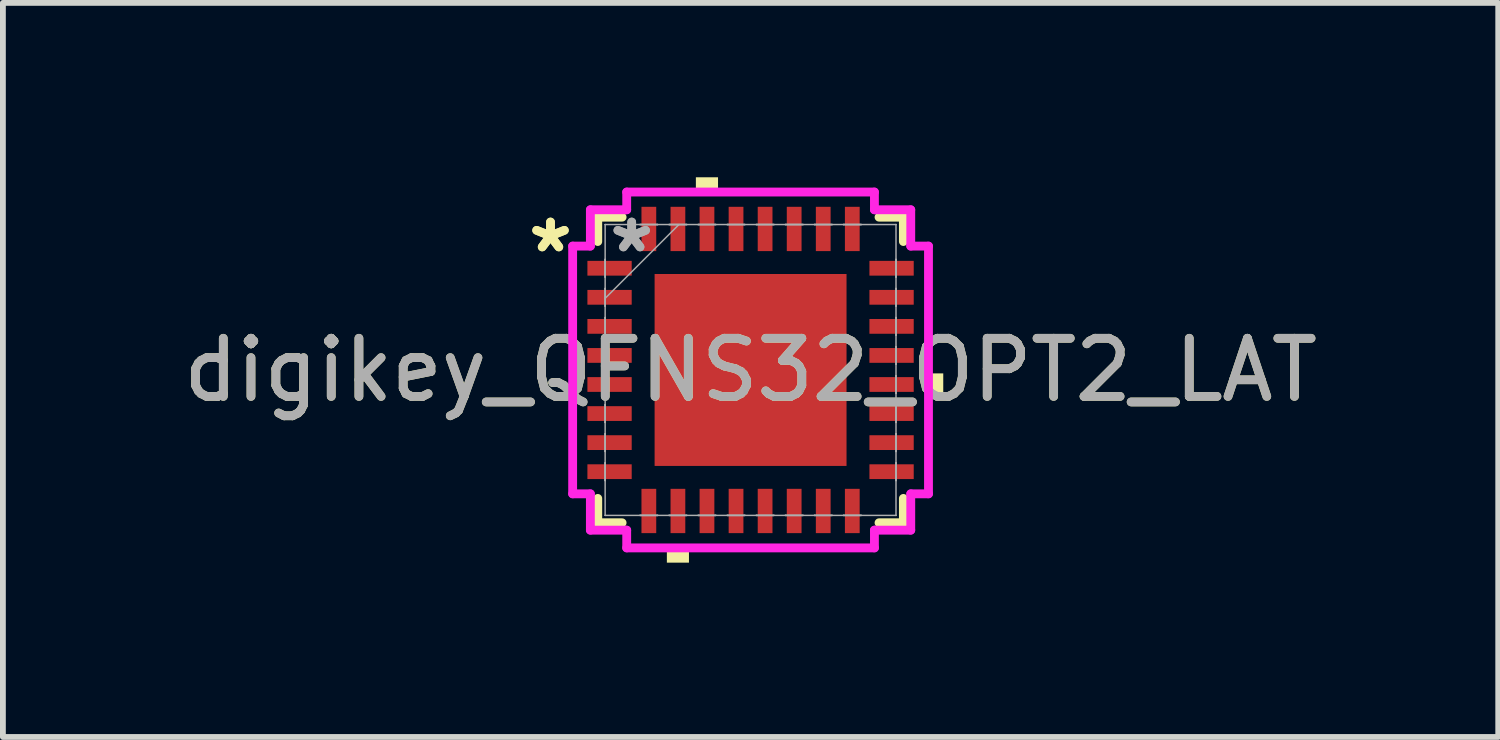
<source format=kicad_pcb>
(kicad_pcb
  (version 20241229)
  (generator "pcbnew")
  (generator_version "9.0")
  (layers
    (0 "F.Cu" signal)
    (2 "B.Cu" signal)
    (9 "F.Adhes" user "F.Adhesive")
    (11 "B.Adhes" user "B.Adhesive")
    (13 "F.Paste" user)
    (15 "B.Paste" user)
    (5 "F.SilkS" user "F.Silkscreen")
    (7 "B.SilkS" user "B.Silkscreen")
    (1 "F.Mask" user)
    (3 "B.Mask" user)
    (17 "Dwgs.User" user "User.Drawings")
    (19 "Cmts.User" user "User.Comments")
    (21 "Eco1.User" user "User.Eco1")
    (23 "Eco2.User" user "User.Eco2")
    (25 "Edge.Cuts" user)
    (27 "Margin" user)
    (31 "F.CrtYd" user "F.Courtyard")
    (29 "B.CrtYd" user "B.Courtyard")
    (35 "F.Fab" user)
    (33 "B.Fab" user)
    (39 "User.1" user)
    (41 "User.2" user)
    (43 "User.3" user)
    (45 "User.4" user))
  (footprint "digikey_QFNS32_OPT2_LAT"
    (layer "F.Cu")
    (at 9.863 3.315)
    (property "Reference" "digikey_QFNS32_OPT2_LAT" (at 0 0 0) (unlocked yes) (layer "F.SilkS") (effects (font (size 1 1) (thickness 0.15))))
    (attr smd)
    (fp_line (start -2.629 -2.629) (end -2.629 -2.21) (stroke (width 0.152) (type solid)) (layer "F.SilkS"))
    (fp_line (start -2.629 2.21) (end -2.629 2.629) (stroke (width 0.152) (type solid)) (layer "F.SilkS"))
    (fp_line (start -2.629 2.629) (end -2.21 2.629) (stroke (width 0.152) (type solid)) (layer "F.SilkS"))
    (fp_line (start -2.21 -2.629) (end -2.629 -2.629) (stroke (width 0.152) (type solid)) (layer "F.SilkS"))
    (fp_line (start 2.21 2.629) (end 2.629 2.629) (stroke (width 0.152) (type solid)) (layer "F.SilkS"))
    (fp_line (start 2.629 -2.629) (end 2.21 -2.629) (stroke (width 0.152) (type solid)) (layer "F.SilkS"))
    (fp_line (start 2.629 -2.21) (end 2.629 -2.629) (stroke (width 0.152) (type solid)) (layer "F.SilkS"))
    (fp_line (start 2.629 2.629) (end 2.629 2.21) (stroke (width 0.152) (type solid)) (layer "F.SilkS"))
    (fp_poly (pts (xy -1.44 3.061) (xy -1.44 3.315) (xy -1.06 3.315) (xy -1.06 3.061)) (stroke (width 0) (type solid)) (fill yes) (layer "F.SilkS"))
    (fp_poly (pts (xy -0.941 -3.061) (xy -0.941 -3.315) (xy -0.56 -3.315) (xy -0.56 -3.061)) (stroke (width 0) (type solid)) (fill yes) (layer "F.SilkS"))
    (fp_poly (pts (xy 3.315 0.059) (xy 3.315 0.441) (xy 3.061 0.441) (xy 3.061 0.059)) (stroke (width 0) (type solid)) (fill yes) (layer "F.SilkS"))
    (fp_poly (pts (xy -1.551 -1.551) (xy -1.551 -0.1) (xy -0.1 -0.1) (xy -0.1 -1.551)) (stroke (width 0) (type solid)) (fill yes) (layer "F.Paste"))
    (fp_poly (pts (xy -1.551 0.1) (xy -1.551 1.551) (xy -0.1 1.551) (xy -0.1 0.1)) (stroke (width 0) (type solid)) (fill yes) (layer "F.Paste"))
    (fp_poly (pts (xy 0.1 -1.551) (xy 0.1 -0.1) (xy 1.551 -0.1) (xy 1.551 -1.551)) (stroke (width 0) (type solid)) (fill yes) (layer "F.Paste"))
    (fp_poly (pts (xy 0.1 0.1) (xy 0.1 1.551) (xy 1.551 1.551) (xy 1.551 0.1)) (stroke (width 0) (type solid)) (fill yes) (layer "F.Paste"))
    (fp_line (start -3.061 -2.131) (end -2.756 -2.131) (stroke (width 0.152) (type solid)) (layer "F.CrtYd"))
    (fp_line (start -3.061 2.131) (end -3.061 -2.131) (stroke (width 0.152) (type solid)) (layer "F.CrtYd"))
    (fp_line (start -2.756 -2.756) (end -2.131 -2.756) (stroke (width 0.152) (type solid)) (layer "F.CrtYd"))
    (fp_line (start -2.756 -2.131) (end -2.756 -2.756) (stroke (width 0.152) (type solid)) (layer "F.CrtYd"))
    (fp_line (start -2.756 2.131) (end -3.061 2.131) (stroke (width 0.152) (type solid)) (layer "F.CrtYd"))
    (fp_line (start -2.756 2.756) (end -2.756 2.131) (stroke (width 0.152) (type solid)) (layer "F.CrtYd"))
    (fp_line (start -2.131 -3.061) (end 2.131 -3.061) (stroke (width 0.152) (type solid)) (layer "F.CrtYd"))
    (fp_line (start -2.131 -2.756) (end -2.131 -3.061) (stroke (width 0.152) (type solid)) (layer "F.CrtYd"))
    (fp_line (start -2.131 2.756) (end -2.756 2.756) (stroke (width 0.152) (type solid)) (layer "F.CrtYd"))
    (fp_line (start -2.131 3.061) (end -2.131 2.756) (stroke (width 0.152) (type solid)) (layer "F.CrtYd"))
    (fp_line (start 2.131 -3.061) (end 2.131 -2.756) (stroke (width 0.152) (type solid)) (layer "F.CrtYd"))
    (fp_line (start 2.131 -2.756) (end 2.756 -2.756) (stroke (width 0.152) (type solid)) (layer "F.CrtYd"))
    (fp_line (start 2.131 2.756) (end 2.131 3.061) (stroke (width 0.152) (type solid)) (layer "F.CrtYd"))
    (fp_line (start 2.131 3.061) (end -2.131 3.061) (stroke (width 0.152) (type solid)) (layer "F.CrtYd"))
    (fp_line (start 2.756 -2.756) (end 2.756 -2.131) (stroke (width 0.152) (type solid)) (layer "F.CrtYd"))
    (fp_line (start 2.756 -2.131) (end 3.061 -2.131) (stroke (width 0.152) (type solid)) (layer "F.CrtYd"))
    (fp_line (start 2.756 2.131) (end 2.756 2.756) (stroke (width 0.152) (type solid)) (layer "F.CrtYd"))
    (fp_line (start 2.756 2.756) (end 2.131 2.756) (stroke (width 0.152) (type solid)) (layer "F.CrtYd"))
    (fp_line (start 3.061 -2.131) (end 3.061 2.131) (stroke (width 0.152) (type solid)) (layer "F.CrtYd"))
    (fp_line (start 3.061 2.131) (end 2.756 2.131) (stroke (width 0.152) (type solid)) (layer "F.CrtYd"))
    (fp_line (start -2.502 -2.502) (end -2.502 -2.502) (stroke (width 0.025) (type solid)) (layer "F.Fab"))
    (fp_line (start -2.502 -2.502) (end -2.502 2.502) (stroke (width 0.025) (type solid)) (layer "F.Fab"))
    (fp_line (start -2.502 -1.902) (end -2.502 -1.902) (stroke (width 0.025) (type solid)) (layer "F.Fab"))
    (fp_line (start -2.502 -1.902) (end -2.502 -1.598) (stroke (width 0.025) (type solid)) (layer "F.Fab"))
    (fp_line (start -2.502 -1.598) (end -2.502 -1.902) (stroke (width 0.025) (type solid)) (layer "F.Fab"))
    (fp_line (start -2.502 -1.598) (end -2.502 -1.598) (stroke (width 0.025) (type solid)) (layer "F.Fab"))
    (fp_line (start -2.502 -1.402) (end -2.502 -1.402) (stroke (width 0.025) (type solid)) (layer "F.Fab"))
    (fp_line (start -2.502 -1.402) (end -2.502 -1.098) (stroke (width 0.025) (type solid)) (layer "F.Fab"))
    (fp_line (start -2.502 -1.232) (end -1.232 -2.502) (stroke (width 0.025) (type solid)) (layer "F.Fab"))
    (fp_line (start -2.502 -1.098) (end -2.502 -1.402) (stroke (width 0.025) (type solid)) (layer "F.Fab"))
    (fp_line (start -2.502 -1.098) (end -2.502 -1.098) (stroke (width 0.025) (type solid)) (layer "F.Fab"))
    (fp_line (start -2.502 -0.902) (end -2.502 -0.902) (stroke (width 0.025) (type solid)) (layer "F.Fab"))
    (fp_line (start -2.502 -0.902) (end -2.502 -0.598) (stroke (width 0.025) (type solid)) (layer "F.Fab"))
    (fp_line (start -2.502 -0.598) (end -2.502 -0.902) (stroke (width 0.025) (type solid)) (layer "F.Fab"))
    (fp_line (start -2.502 -0.598) (end -2.502 -0.598) (stroke (width 0.025) (type solid)) (layer "F.Fab"))
    (fp_line (start -2.502 -0.402) (end -2.502 -0.402) (stroke (width 0.025) (type solid)) (layer "F.Fab"))
    (fp_line (start -2.502 -0.402) (end -2.502 -0.098) (stroke (width 0.025) (type solid)) (layer "F.Fab"))
    (fp_line (start -2.502 -0.098) (end -2.502 -0.402) (stroke (width 0.025) (type solid)) (layer "F.Fab"))
    (fp_line (start -2.502 -0.098) (end -2.502 -0.098) (stroke (width 0.025) (type solid)) (layer "F.Fab"))
    (fp_line (start -2.502 0.098) (end -2.502 0.098) (stroke (width 0.025) (type solid)) (layer "F.Fab"))
    (fp_line (start -2.502 0.098) (end -2.502 0.402) (stroke (width 0.025) (type solid)) (layer "F.Fab"))
    (fp_line (start -2.502 0.402) (end -2.502 0.098) (stroke (width 0.025) (type solid)) (layer "F.Fab"))
    (fp_line (start -2.502 0.402) (end -2.502 0.402) (stroke (width 0.025) (type solid)) (layer "F.Fab"))
    (fp_line (start -2.502 0.598) (end -2.502 0.598) (stroke (width 0.025) (type solid)) (layer "F.Fab"))
    (fp_line (start -2.502 0.598) (end -2.502 0.902) (stroke (width 0.025) (type solid)) (layer "F.Fab"))
    (fp_line (start -2.502 0.902) (end -2.502 0.598) (stroke (width 0.025) (type solid)) (layer "F.Fab"))
    (fp_line (start -2.502 0.902) (end -2.502 0.902) (stroke (width 0.025) (type solid)) (layer "F.Fab"))
    (fp_line (start -2.502 1.098) (end -2.502 1.098) (stroke (width 0.025) (type solid)) (layer "F.Fab"))
    (fp_line (start -2.502 1.098) (end -2.502 1.402) (stroke (width 0.025) (type solid)) (layer "F.Fab"))
    (fp_line (start -2.502 1.402) (end -2.502 1.098) (stroke (width 0.025) (type solid)) (layer "F.Fab"))
    (fp_line (start -2.502 1.402) (end -2.502 1.402) (stroke (width 0.025) (type solid)) (layer "F.Fab"))
    (fp_line (start -2.502 1.598) (end -2.502 1.598) (stroke (width 0.025) (type solid)) (layer "F.Fab"))
    (fp_line (start -2.502 1.598) (end -2.502 1.902) (stroke (width 0.025) (type solid)) (layer "F.Fab"))
    (fp_line (start -2.502 1.902) (end -2.502 1.598) (stroke (width 0.025) (type solid)) (layer "F.Fab"))
    (fp_line (start -2.502 1.902) (end -2.502 1.902) (stroke (width 0.025) (type solid)) (layer "F.Fab"))
    (fp_line (start -2.502 2.502) (end -2.502 2.502) (stroke (width 0.025) (type solid)) (layer "F.Fab"))
    (fp_line (start -2.502 2.502) (end 2.502 2.502) (stroke (width 0.025) (type solid)) (layer "F.Fab"))
    (fp_line (start -1.902 -2.502) (end -1.902 -2.502) (stroke (width 0.025) (type solid)) (layer "F.Fab"))
    (fp_line (start -1.902 -2.502) (end -1.598 -2.502) (stroke (width 0.025) (type solid)) (layer "F.Fab"))
    (fp_line (start -1.902 2.502) (end -1.902 2.502) (stroke (width 0.025) (type solid)) (layer "F.Fab"))
    (fp_line (start -1.902 2.502) (end -1.598 2.502) (stroke (width 0.025) (type solid)) (layer "F.Fab"))
    (fp_line (start -1.598 -2.502) (end -1.902 -2.502) (stroke (width 0.025) (type solid)) (layer "F.Fab"))
    (fp_line (start -1.598 -2.502) (end -1.598 -2.502) (stroke (width 0.025) (type solid)) (layer "F.Fab"))
    (fp_line (start -1.598 2.502) (end -1.902 2.502) (stroke (width 0.025) (type solid)) (layer "F.Fab"))
    (fp_line (start -1.598 2.502) (end -1.598 2.502) (stroke (width 0.025) (type solid)) (layer "F.Fab"))
    (fp_line (start -1.402 -2.502) (end -1.402 -2.502) (stroke (width 0.025) (type solid)) (layer "F.Fab"))
    (fp_line (start -1.402 -2.502) (end -1.098 -2.502) (stroke (width 0.025) (type solid)) (layer "F.Fab"))
    (fp_line (start -1.402 2.502) (end -1.402 2.502) (stroke (width 0.025) (type solid)) (layer "F.Fab"))
    (fp_line (start -1.402 2.502) (end -1.098 2.502) (stroke (width 0.025) (type solid)) (layer "F.Fab"))
    (fp_line (start -1.098 -2.502) (end -1.402 -2.502) (stroke (width 0.025) (type solid)) (layer "F.Fab"))
    (fp_line (start -1.098 -2.502) (end -1.098 -2.502) (stroke (width 0.025) (type solid)) (layer "F.Fab"))
    (fp_line (start -1.098 2.502) (end -1.402 2.502) (stroke (width 0.025) (type solid)) (layer "F.Fab"))
    (fp_line (start -1.098 2.502) (end -1.098 2.502) (stroke (width 0.025) (type solid)) (layer "F.Fab"))
    (fp_line (start -0.902 -2.502) (end -0.902 -2.502) (stroke (width 0.025) (type solid)) (layer "F.Fab"))
    (fp_line (start -0.902 -2.502) (end -0.598 -2.502) (stroke (width 0.025) (type solid)) (layer "F.Fab"))
    (fp_line (start -0.902 2.502) (end -0.902 2.502) (stroke (width 0.025) (type solid)) (layer "F.Fab"))
    (fp_line (start -0.902 2.502) (end -0.598 2.502) (stroke (width 0.025) (type solid)) (layer "F.Fab"))
    (fp_line (start -0.598 -2.502) (end -0.902 -2.502) (stroke (width 0.025) (type solid)) (layer "F.Fab"))
    (fp_line (start -0.598 -2.502) (end -0.598 -2.502) (stroke (width 0.025) (type solid)) (layer "F.Fab"))
    (fp_line (start -0.598 2.502) (end -0.902 2.502) (stroke (width 0.025) (type solid)) (layer "F.Fab"))
    (fp_line (start -0.598 2.502) (end -0.598 2.502) (stroke (width 0.025) (type solid)) (layer "F.Fab"))
    (fp_line (start -0.402 -2.502) (end -0.402 -2.502) (stroke (width 0.025) (type solid)) (layer "F.Fab"))
    (fp_line (start -0.402 -2.502) (end -0.098 -2.502) (stroke (width 0.025) (type solid)) (layer "F.Fab"))
    (fp_line (start -0.402 2.502) (end -0.402 2.502) (stroke (width 0.025) (type solid)) (layer "F.Fab"))
    (fp_line (start -0.402 2.502) (end -0.098 2.502) (stroke (width 0.025) (type solid)) (layer "F.Fab"))
    (fp_line (start -0.098 -2.502) (end -0.402 -2.502) (stroke (width 0.025) (type solid)) (layer "F.Fab"))
    (fp_line (start -0.098 -2.502) (end -0.098 -2.502) (stroke (width 0.025) (type solid)) (layer "F.Fab"))
    (fp_line (start -0.098 2.502) (end -0.402 2.502) (stroke (width 0.025) (type solid)) (layer "F.Fab"))
    (fp_line (start -0.098 2.502) (end -0.098 2.502) (stroke (width 0.025) (type solid)) (layer "F.Fab"))
    (fp_line (start 0.098 -2.502) (end 0.098 -2.502) (stroke (width 0.025) (type solid)) (layer "F.Fab"))
    (fp_line (start 0.098 -2.502) (end 0.402 -2.502) (stroke (width 0.025) (type solid)) (layer "F.Fab"))
    (fp_line (start 0.098 2.502) (end 0.098 2.502) (stroke (width 0.025) (type solid)) (layer "F.Fab"))
    (fp_line (start 0.098 2.502) (end 0.402 2.502) (stroke (width 0.025) (type solid)) (layer "F.Fab"))
    (fp_line (start 0.402 -2.502) (end 0.098 -2.502) (stroke (width 0.025) (type solid)) (layer "F.Fab"))
    (fp_line (start 0.402 -2.502) (end 0.402 -2.502) (stroke (width 0.025) (type solid)) (layer "F.Fab"))
    (fp_line (start 0.402 2.502) (end 0.098 2.502) (stroke (width 0.025) (type solid)) (layer "F.Fab"))
    (fp_line (start 0.402 2.502) (end 0.402 2.502) (stroke (width 0.025) (type solid)) (layer "F.Fab"))
    (fp_line (start 0.598 -2.502) (end 0.598 -2.502) (stroke (width 0.025) (type solid)) (layer "F.Fab"))
    (fp_line (start 0.598 -2.502) (end 0.902 -2.502) (stroke (width 0.025) (type solid)) (layer "F.Fab"))
    (fp_line (start 0.598 2.502) (end 0.598 2.502) (stroke (width 0.025) (type solid)) (layer "F.Fab"))
    (fp_line (start 0.598 2.502) (end 0.902 2.502) (stroke (width 0.025) (type solid)) (layer "F.Fab"))
    (fp_line (start 0.902 -2.502) (end 0.598 -2.502) (stroke (width 0.025) (type solid)) (layer "F.Fab"))
    (fp_line (start 0.902 -2.502) (end 0.902 -2.502) (stroke (width 0.025) (type solid)) (layer "F.Fab"))
    (fp_line (start 0.902 2.502) (end 0.598 2.502) (stroke (width 0.025) (type solid)) (layer "F.Fab"))
    (fp_line (start 0.902 2.502) (end 0.902 2.502) (stroke (width 0.025) (type solid)) (layer "F.Fab"))
    (fp_line (start 1.098 -2.502) (end 1.098 -2.502) (stroke (width 0.025) (type solid)) (layer "F.Fab"))
    (fp_line (start 1.098 -2.502) (end 1.402 -2.502) (stroke (width 0.025) (type solid)) (layer "F.Fab"))
    (fp_line (start 1.098 2.502) (end 1.098 2.502) (stroke (width 0.025) (type solid)) (layer "F.Fab"))
    (fp_line (start 1.098 2.502) (end 1.402 2.502) (stroke (width 0.025) (type solid)) (layer "F.Fab"))
    (fp_line (start 1.402 -2.502) (end 1.098 -2.502) (stroke (width 0.025) (type solid)) (layer "F.Fab"))
    (fp_line (start 1.402 -2.502) (end 1.402 -2.502) (stroke (width 0.025) (type solid)) (layer "F.Fab"))
    (fp_line (start 1.402 2.502) (end 1.098 2.502) (stroke (width 0.025) (type solid)) (layer "F.Fab"))
    (fp_line (start 1.402 2.502) (end 1.402 2.502) (stroke (width 0.025) (type solid)) (layer "F.Fab"))
    (fp_line (start 1.598 -2.502) (end 1.598 -2.502) (stroke (width 0.025) (type solid)) (layer "F.Fab"))
    (fp_line (start 1.598 -2.502) (end 1.902 -2.502) (stroke (width 0.025) (type solid)) (layer "F.Fab"))
    (fp_line (start 1.598 2.502) (end 1.598 2.502) (stroke (width 0.025) (type solid)) (layer "F.Fab"))
    (fp_line (start 1.598 2.502) (end 1.902 2.502) (stroke (width 0.025) (type solid)) (layer "F.Fab"))
    (fp_line (start 1.902 -2.502) (end 1.598 -2.502) (stroke (width 0.025) (type solid)) (layer "F.Fab"))
    (fp_line (start 1.902 -2.502) (end 1.902 -2.502) (stroke (width 0.025) (type solid)) (layer "F.Fab"))
    (fp_line (start 1.902 2.502) (end 1.598 2.502) (stroke (width 0.025) (type solid)) (layer "F.Fab"))
    (fp_line (start 1.902 2.502) (end 1.902 2.502) (stroke (width 0.025) (type solid)) (layer "F.Fab"))
    (fp_line (start 2.502 -2.502) (end -2.502 -2.502) (stroke (width 0.025) (type solid)) (layer "F.Fab"))
    (fp_line (start 2.502 -2.502) (end 2.502 -2.502) (stroke (width 0.025) (type solid)) (layer "F.Fab"))
    (fp_line (start 2.502 -1.902) (end 2.502 -1.902) (stroke (width 0.025) (type solid)) (layer "F.Fab"))
    (fp_line (start 2.502 -1.902) (end 2.502 -1.598) (stroke (width 0.025) (type solid)) (layer "F.Fab"))
    (fp_line (start 2.502 -1.598) (end 2.502 -1.902) (stroke (width 0.025) (type solid)) (layer "F.Fab"))
    (fp_line (start 2.502 -1.598) (end 2.502 -1.598) (stroke (width 0.025) (type solid)) (layer "F.Fab"))
    (fp_line (start 2.502 -1.402) (end 2.502 -1.402) (stroke (width 0.025) (type solid)) (layer "F.Fab"))
    (fp_line (start 2.502 -1.402) (end 2.502 -1.098) (stroke (width 0.025) (type solid)) (layer "F.Fab"))
    (fp_line (start 2.502 -1.098) (end 2.502 -1.402) (stroke (width 0.025) (type solid)) (layer "F.Fab"))
    (fp_line (start 2.502 -1.098) (end 2.502 -1.098) (stroke (width 0.025) (type solid)) (layer "F.Fab"))
    (fp_line (start 2.502 -0.902) (end 2.502 -0.902) (stroke (width 0.025) (type solid)) (layer "F.Fab"))
    (fp_line (start 2.502 -0.902) (end 2.502 -0.598) (stroke (width 0.025) (type solid)) (layer "F.Fab"))
    (fp_line (start 2.502 -0.598) (end 2.502 -0.902) (stroke (width 0.025) (type solid)) (layer "F.Fab"))
    (fp_line (start 2.502 -0.598) (end 2.502 -0.598) (stroke (width 0.025) (type solid)) (layer "F.Fab"))
    (fp_line (start 2.502 -0.402) (end 2.502 -0.402) (stroke (width 0.025) (type solid)) (layer "F.Fab"))
    (fp_line (start 2.502 -0.402) (end 2.502 -0.098) (stroke (width 0.025) (type solid)) (layer "F.Fab"))
    (fp_line (start 2.502 -0.098) (end 2.502 -0.402) (stroke (width 0.025) (type solid)) (layer "F.Fab"))
    (fp_line (start 2.502 -0.098) (end 2.502 -0.098) (stroke (width 0.025) (type solid)) (layer "F.Fab"))
    (fp_line (start 2.502 0.098) (end 2.502 0.098) (stroke (width 0.025) (type solid)) (layer "F.Fab"))
    (fp_line (start 2.502 0.098) (end 2.502 0.402) (stroke (width 0.025) (type solid)) (layer "F.Fab"))
    (fp_line (start 2.502 0.402) (end 2.502 0.098) (stroke (width 0.025) (type solid)) (layer "F.Fab"))
    (fp_line (start 2.502 0.402) (end 2.502 0.402) (stroke (width 0.025) (type solid)) (layer "F.Fab"))
    (fp_line (start 2.502 0.598) (end 2.502 0.598) (stroke (width 0.025) (type solid)) (layer "F.Fab"))
    (fp_line (start 2.502 0.598) (end 2.502 0.902) (stroke (width 0.025) (type solid)) (layer "F.Fab"))
    (fp_line (start 2.502 0.902) (end 2.502 0.598) (stroke (width 0.025) (type solid)) (layer "F.Fab"))
    (fp_line (start 2.502 0.902) (end 2.502 0.902) (stroke (width 0.025) (type solid)) (layer "F.Fab"))
    (fp_line (start 2.502 1.098) (end 2.502 1.098) (stroke (width 0.025) (type solid)) (layer "F.Fab"))
    (fp_line (start 2.502 1.098) (end 2.502 1.402) (stroke (width 0.025) (type solid)) (layer "F.Fab"))
    (fp_line (start 2.502 1.402) (end 2.502 1.098) (stroke (width 0.025) (type solid)) (layer "F.Fab"))
    (fp_line (start 2.502 1.402) (end 2.502 1.402) (stroke (width 0.025) (type solid)) (layer "F.Fab"))
    (fp_line (start 2.502 1.598) (end 2.502 1.598) (stroke (width 0.025) (type solid)) (layer "F.Fab"))
    (fp_line (start 2.502 1.598) (end 2.502 1.902) (stroke (width 0.025) (type solid)) (layer "F.Fab"))
    (fp_line (start 2.502 1.902) (end 2.502 1.598) (stroke (width 0.025) (type solid)) (layer "F.Fab"))
    (fp_line (start 2.502 1.902) (end 2.502 1.902) (stroke (width 0.025) (type solid)) (layer "F.Fab"))
    (fp_line (start 2.502 2.502) (end 2.502 -2.502) (stroke (width 0.025) (type solid)) (layer "F.Fab"))
    (fp_line (start 2.502 2.502) (end 2.502 2.502) (stroke (width 0.025) (type solid)) (layer "F.Fab"))
    (fp_text user "*" (at -3.442 -2 0) (unlocked yes) (layer "F.SilkS") (effects (font (size 1 1) (thickness 0.15))))
    (fp_text user "*" (at -3.442 -2 0) (layer "F.SilkS") (effects (font (size 1 1) (thickness 0.15))))
    (fp_text user "*" (at -2.045 -2 0) (unlocked yes) (layer "F.Fab") (effects (font (size 1 1) (thickness 0.15))))
    (fp_text user "${REFERENCE}" (at 0 0 0) (unlocked yes) (layer "F.Fab") (effects (font (size 1 1) (thickness 0.15))))
    (fp_text user "*" (at -2.045 -2 0) (layer "F.Fab") (effects (font (size 1 1) (thickness 0.15))))
    (pad "1" smd rect (at -2.426 -1.75 90) (size 0.254 0.762) (layers "F.Cu" "F.Mask" "F.Paste"))
    (pad "2" smd rect (at -2.426 -1.25 90) (size 0.254 0.762) (layers "F.Cu" "F.Mask" "F.Paste"))
    (pad "3" smd rect (at -2.426 -0.75 90) (size 0.254 0.762) (layers "F.Cu" "F.Mask" "F.Paste"))
    (pad "4" smd rect (at -2.426 -0.25 90) (size 0.254 0.762) (layers "F.Cu" "F.Mask" "F.Paste"))
    (pad "5" smd rect (at -2.426 0.25 90) (size 0.254 0.762) (layers "F.Cu" "F.Mask" "F.Paste"))
    (pad "6" smd rect (at -2.426 0.75 90) (size 0.254 0.762) (layers "F.Cu" "F.Mask" "F.Paste"))
    (pad "7" smd rect (at -2.426 1.25 90) (size 0.254 0.762) (layers "F.Cu" "F.Mask" "F.Paste"))
    (pad "8" smd rect (at -2.426 1.75 90) (size 0.254 0.762) (layers "F.Cu" "F.Mask" "F.Paste"))
    (pad "9" smd rect (at -1.75 2.426) (size 0.254 0.762) (layers "F.Cu" "F.Mask" "F.Paste"))
    (pad "10" smd rect (at -1.25 2.426) (size 0.254 0.762) (layers "F.Cu" "F.Mask" "F.Paste"))
    (pad "11" smd rect (at -0.75 2.426) (size 0.254 0.762) (layers "F.Cu" "F.Mask" "F.Paste"))
    (pad "12" smd rect (at -0.25 2.426) (size 0.254 0.762) (layers "F.Cu" "F.Mask" "F.Paste"))
    (pad "13" smd rect (at 0.25 2.426) (size 0.254 0.762) (layers "F.Cu" "F.Mask" "F.Paste"))
    (pad "14" smd rect (at 0.75 2.426) (size 0.254 0.762) (layers "F.Cu" "F.Mask" "F.Paste"))
    (pad "15" smd rect (at 1.25 2.426) (size 0.254 0.762) (layers "F.Cu" "F.Mask" "F.Paste"))
    (pad "16" smd rect (at 1.75 2.426) (size 0.254 0.762) (layers "F.Cu" "F.Mask" "F.Paste"))
    (pad "17" smd rect (at 2.426 1.75 90) (size 0.254 0.762) (layers "F.Cu" "F.Mask" "F.Paste"))
    (pad "18" smd rect (at 2.426 1.25 90) (size 0.254 0.762) (layers "F.Cu" "F.Mask" "F.Paste"))
    (pad "19" smd rect (at 2.426 0.75 90) (size 0.254 0.762) (layers "F.Cu" "F.Mask" "F.Paste"))
    (pad "20" smd rect (at 2.426 0.25 90) (size 0.254 0.762) (layers "F.Cu" "F.Mask" "F.Paste"))
    (pad "21" smd rect (at 2.426 -0.25 90) (size 0.254 0.762) (layers "F.Cu" "F.Mask" "F.Paste"))
    (pad "22" smd rect (at 2.426 -0.75 90) (size 0.254 0.762) (layers "F.Cu" "F.Mask" "F.Paste"))
    (pad "23" smd rect (at 2.426 -1.25 90) (size 0.254 0.762) (layers "F.Cu" "F.Mask" "F.Paste"))
    (pad "24" smd rect (at 2.426 -1.75 90) (size 0.254 0.762) (layers "F.Cu" "F.Mask" "F.Paste"))
    (pad "25" smd rect (at 1.75 -2.426) (size 0.254 0.762) (layers "F.Cu" "F.Mask" "F.Paste"))
    (pad "26" smd rect (at 1.25 -2.426) (size 0.254 0.762) (layers "F.Cu" "F.Mask" "F.Paste"))
    (pad "27" smd rect (at 0.75 -2.426) (size 0.254 0.762) (layers "F.Cu" "F.Mask" "F.Paste"))
    (pad "28" smd rect (at 0.25 -2.426) (size 0.254 0.762) (layers "F.Cu" "F.Mask" "F.Paste"))
    (pad "29" smd rect (at -0.25 -2.426) (size 0.254 0.762) (layers "F.Cu" "F.Mask" "F.Paste"))
    (pad "30" smd rect (at -0.75 -2.426) (size 0.254 0.762) (layers "F.Cu" "F.Mask" "F.Paste"))
    (pad "31" smd rect (at -1.25 -2.426) (size 0.254 0.762) (layers "F.Cu" "F.Mask" "F.Paste"))
    (pad "32" smd rect (at -1.75 -2.426) (size 0.254 0.762) (layers "F.Cu" "F.Mask" "F.Paste"))
    (pad "33" smd rect (at 0 0) (size 3.302 3.302) (layers "F.Cu" "F.Mask" "F.Paste")))
  (gr_rect
    (start -3 -3)
    (end 22.726 9.629)
    (stroke (width 0.1) (type default))
    (fill no)
    (layer "Edge.Cuts")))
</source>
